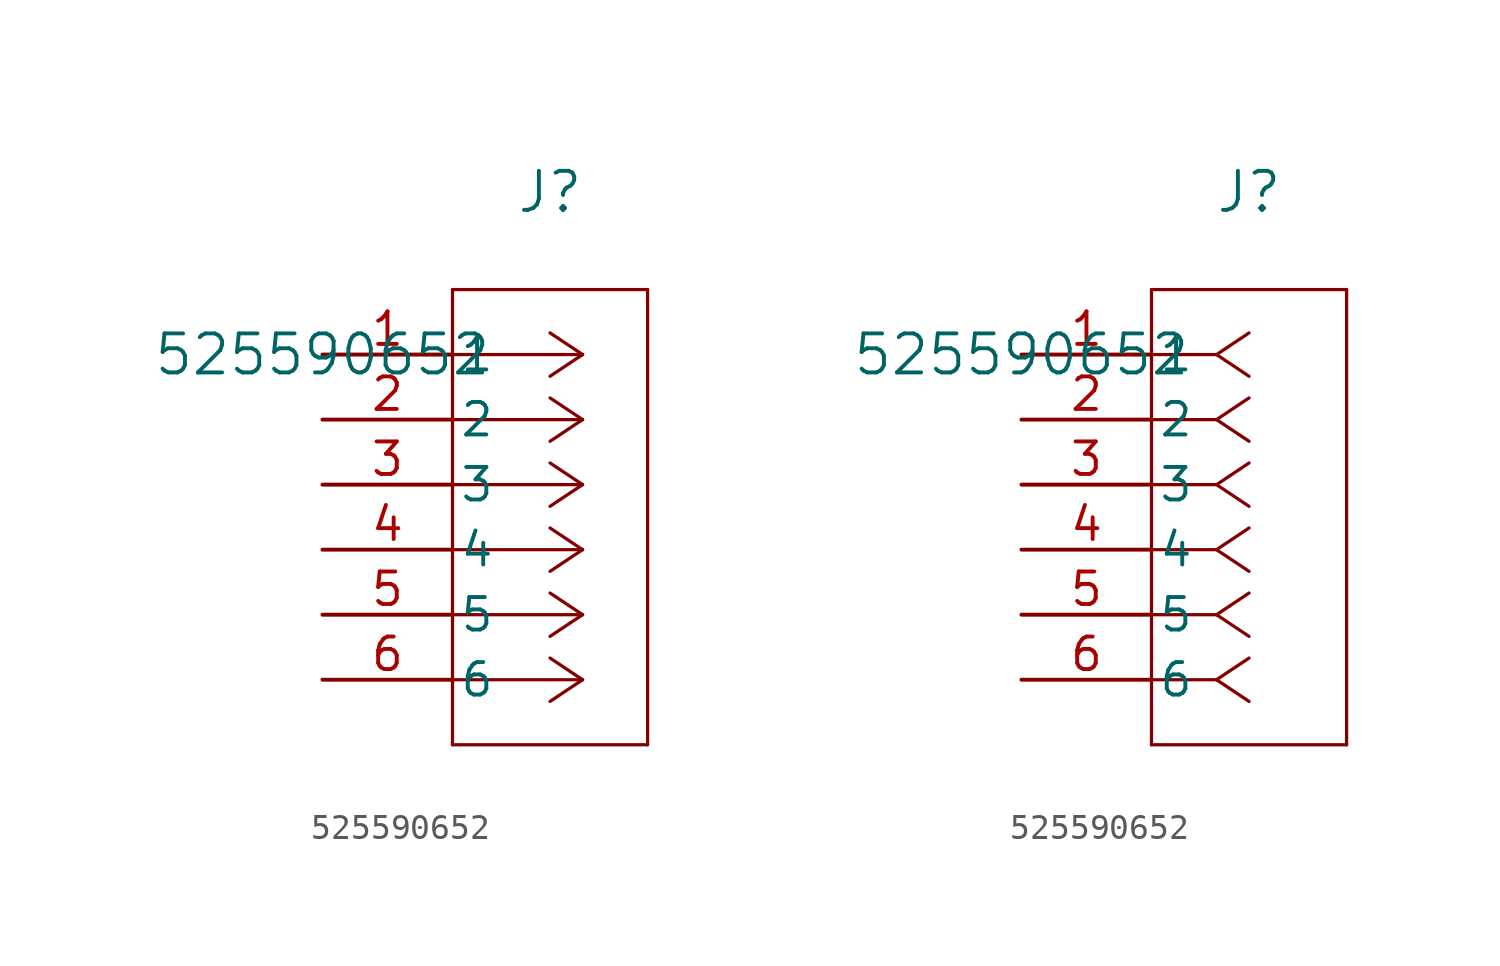
<source format=kicad_sym>
(kicad_symbol_lib
  (version 20211014)
  (generator kicad_symbol_editor)
  (symbol "525590652"
    (pin_names
      (offset 0.254))
    (property "Reference" "J"
      (at 8.89 6.35 0)
      (effects (font (size 1.524 1.524))))
    (property "Value" "525590652"
      (at 0 0 0)
      (effects (font (size 1.524 1.524))))
    (symbol "525590652_1_1"
      (polyline (pts (xy 10.16 0) (xy 5.08 0)) (stroke (width 0.127) (type default) (color 0 0 0 0)) (fill (type none)))
      (polyline (pts (xy 10.16 -2.54) (xy 5.08 -2.54)) (stroke (width 0.127) (type default) (color 0 0 0 0)) (fill (type none)))
      (polyline (pts (xy 10.16 -5.08) (xy 5.08 -5.08)) (stroke (width 0.127) (type default) (color 0 0 0 0)) (fill (type none)))
      (polyline (pts (xy 10.16 -7.62) (xy 5.08 -7.62)) (stroke (width 0.127) (type default) (color 0 0 0 0)) (fill (type none)))
      (polyline (pts (xy 10.16 -10.16) (xy 5.08 -10.16)) (stroke (width 0.127) (type default) (color 0 0 0 0)) (fill (type none)))
      (polyline (pts (xy 10.16 -12.7) (xy 5.08 -12.7)) (stroke (width 0.127) (type default) (color 0 0 0 0)) (fill (type none)))
      (polyline (pts (xy 10.16 0) (xy 8.89 0.847)) (stroke (width 0.127) (type default) (color 0 0 0 0)) (fill (type none)))
      (polyline (pts (xy 10.16 -2.54) (xy 8.89 -1.693)) (stroke (width 0.127) (type default) (color 0 0 0 0)) (fill (type none)))
      (polyline (pts (xy 10.16 -5.08) (xy 8.89 -4.233)) (stroke (width 0.127) (type default) (color 0 0 0 0)) (fill (type none)))
      (polyline (pts (xy 10.16 -7.62) (xy 8.89 -6.773)) (stroke (width 0.127) (type default) (color 0 0 0 0)) (fill (type none)))
      (polyline (pts (xy 10.16 -10.16) (xy 8.89 -9.313)) (stroke (width 0.127) (type default) (color 0 0 0 0)) (fill (type none)))
      (polyline (pts (xy 10.16 -12.7) (xy 8.89 -11.853)) (stroke (width 0.127) (type default) (color 0 0 0 0)) (fill (type none)))
      (polyline (pts (xy 10.16 0) (xy 8.89 -0.847)) (stroke (width 0.127) (type default) (color 0 0 0 0)) (fill (type none)))
      (polyline (pts (xy 10.16 -2.54) (xy 8.89 -3.387)) (stroke (width 0.127) (type default) (color 0 0 0 0)) (fill (type none)))
      (polyline (pts (xy 10.16 -5.08) (xy 8.89 -5.927)) (stroke (width 0.127) (type default) (color 0 0 0 0)) (fill (type none)))
      (polyline (pts (xy 10.16 -7.62) (xy 8.89 -8.467)) (stroke (width 0.127) (type default) (color 0 0 0 0)) (fill (type none)))
      (polyline (pts (xy 10.16 -10.16) (xy 8.89 -11.007)) (stroke (width 0.127) (type default) (color 0 0 0 0)) (fill (type none)))
      (polyline (pts (xy 10.16 -12.7) (xy 8.89 -13.547)) (stroke (width 0.127) (type default) (color 0 0 0 0)) (fill (type none)))
      (polyline (pts (xy 5.08 2.54) (xy 5.08 -15.24)) (stroke (width 0.127) (type default) (color 0 0 0 0)) (fill (type none)))
      (polyline (pts (xy 5.08 -15.24) (xy 12.7 -15.24)) (stroke (width 0.127) (type default) (color 0 0 0 0)) (fill (type none)))
      (polyline (pts (xy 12.7 -15.24) (xy 12.7 2.54)) (stroke (width 0.127) (type default) (color 0 0 0 0)) (fill (type none)))
      (polyline (pts (xy 12.7 2.54) (xy 5.08 2.54)) (stroke (width 0.127) (type default) (color 0 0 0 0)) (fill (type none)))
      (pin unspecified line (at 0 0 0) (length 5.08) (name "1" (effects (font (size 1.27 1.27)))) (number "1" (effects (font (size 1.27 1.27)))))
      (pin unspecified line (at 0 -2.54 0) (length 5.08) (name "2" (effects (font (size 1.27 1.27)))) (number "2" (effects (font (size 1.27 1.27)))))
      (pin unspecified line (at 0 -5.08 0) (length 5.08) (name "3" (effects (font (size 1.27 1.27)))) (number "3" (effects (font (size 1.27 1.27)))))
      (pin unspecified line (at 0 -7.62 0) (length 5.08) (name "4" (effects (font (size 1.27 1.27)))) (number "4" (effects (font (size 1.27 1.27)))))
      (pin unspecified line (at 0 -10.16 0) (length 5.08) (name "5" (effects (font (size 1.27 1.27)))) (number "5" (effects (font (size 1.27 1.27)))))
      (pin unspecified line (at 0 -12.7 0) (length 5.08) (name "6" (effects (font (size 1.27 1.27)))) (number "6" (effects (font (size 1.27 1.27))))))
    (symbol "525590652_1_2"
      (polyline (pts (xy 7.62 0) (xy 5.08 0)) (stroke (width 0.127) (type default) (color 0 0 0 0)) (fill (type none)))
      (polyline (pts (xy 7.62 -2.54) (xy 5.08 -2.54)) (stroke (width 0.127) (type default) (color 0 0 0 0)) (fill (type none)))
      (polyline (pts (xy 7.62 -5.08) (xy 5.08 -5.08)) (stroke (width 0.127) (type default) (color 0 0 0 0)) (fill (type none)))
      (polyline (pts (xy 7.62 -7.62) (xy 5.08 -7.62)) (stroke (width 0.127) (type default) (color 0 0 0 0)) (fill (type none)))
      (polyline (pts (xy 7.62 -10.16) (xy 5.08 -10.16)) (stroke (width 0.127) (type default) (color 0 0 0 0)) (fill (type none)))
      (polyline (pts (xy 7.62 -12.7) (xy 5.08 -12.7)) (stroke (width 0.127) (type default) (color 0 0 0 0)) (fill (type none)))
      (polyline (pts (xy 7.62 0) (xy 8.89 0.847)) (stroke (width 0.127) (type default) (color 0 0 0 0)) (fill (type none)))
      (polyline (pts (xy 7.62 -2.54) (xy 8.89 -1.693)) (stroke (width 0.127) (type default) (color 0 0 0 0)) (fill (type none)))
      (polyline (pts (xy 7.62 -5.08) (xy 8.89 -4.233)) (stroke (width 0.127) (type default) (color 0 0 0 0)) (fill (type none)))
      (polyline (pts (xy 7.62 -7.62) (xy 8.89 -6.773)) (stroke (width 0.127) (type default) (color 0 0 0 0)) (fill (type none)))
      (polyline (pts (xy 7.62 -10.16) (xy 8.89 -9.313)) (stroke (width 0.127) (type default) (color 0 0 0 0)) (fill (type none)))
      (polyline (pts (xy 7.62 -12.7) (xy 8.89 -11.853)) (stroke (width 0.127) (type default) (color 0 0 0 0)) (fill (type none)))
      (polyline (pts (xy 7.62 0) (xy 8.89 -0.847)) (stroke (width 0.127) (type default) (color 0 0 0 0)) (fill (type none)))
      (polyline (pts (xy 7.62 -2.54) (xy 8.89 -3.387)) (stroke (width 0.127) (type default) (color 0 0 0 0)) (fill (type none)))
      (polyline (pts (xy 7.62 -5.08) (xy 8.89 -5.927)) (stroke (width 0.127) (type default) (color 0 0 0 0)) (fill (type none)))
      (polyline (pts (xy 7.62 -7.62) (xy 8.89 -8.467)) (stroke (width 0.127) (type default) (color 0 0 0 0)) (fill (type none)))
      (polyline (pts (xy 7.62 -10.16) (xy 8.89 -11.007)) (stroke (width 0.127) (type default) (color 0 0 0 0)) (fill (type none)))
      (polyline (pts (xy 7.62 -12.7) (xy 8.89 -13.547)) (stroke (width 0.127) (type default) (color 0 0 0 0)) (fill (type none)))
      (polyline (pts (xy 5.08 2.54) (xy 5.08 -15.24)) (stroke (width 0.127) (type default) (color 0 0 0 0)) (fill (type none)))
      (polyline (pts (xy 5.08 -15.24) (xy 12.7 -15.24)) (stroke (width 0.127) (type default) (color 0 0 0 0)) (fill (type none)))
      (polyline (pts (xy 12.7 -15.24) (xy 12.7 2.54)) (stroke (width 0.127) (type default) (color 0 0 0 0)) (fill (type none)))
      (polyline (pts (xy 12.7 2.54) (xy 5.08 2.54)) (stroke (width 0.127) (type default) (color 0 0 0 0)) (fill (type none)))
      (pin unspecified line (at 0 0 0) (length 5.08) (name "1" (effects (font (size 1.27 1.27)))) (number "1" (effects (font (size 1.27 1.27)))))
      (pin unspecified line (at 0 -2.54 0) (length 5.08) (name "2" (effects (font (size 1.27 1.27)))) (number "2" (effects (font (size 1.27 1.27)))))
      (pin unspecified line (at 0 -5.08 0) (length 5.08) (name "3" (effects (font (size 1.27 1.27)))) (number "3" (effects (font (size 1.27 1.27)))))
      (pin unspecified line (at 0 -7.62 0) (length 5.08) (name "4" (effects (font (size 1.27 1.27)))) (number "4" (effects (font (size 1.27 1.27)))))
      (pin unspecified line (at 0 -10.16 0) (length 5.08) (name "5" (effects (font (size 1.27 1.27)))) (number "5" (effects (font (size 1.27 1.27)))))
      (pin unspecified line (at 0 -12.7 0) (length 5.08) (name "6" (effects (font (size 1.27 1.27)))) (number "6" (effects (font (size 1.27 1.27))))))))
</source>
